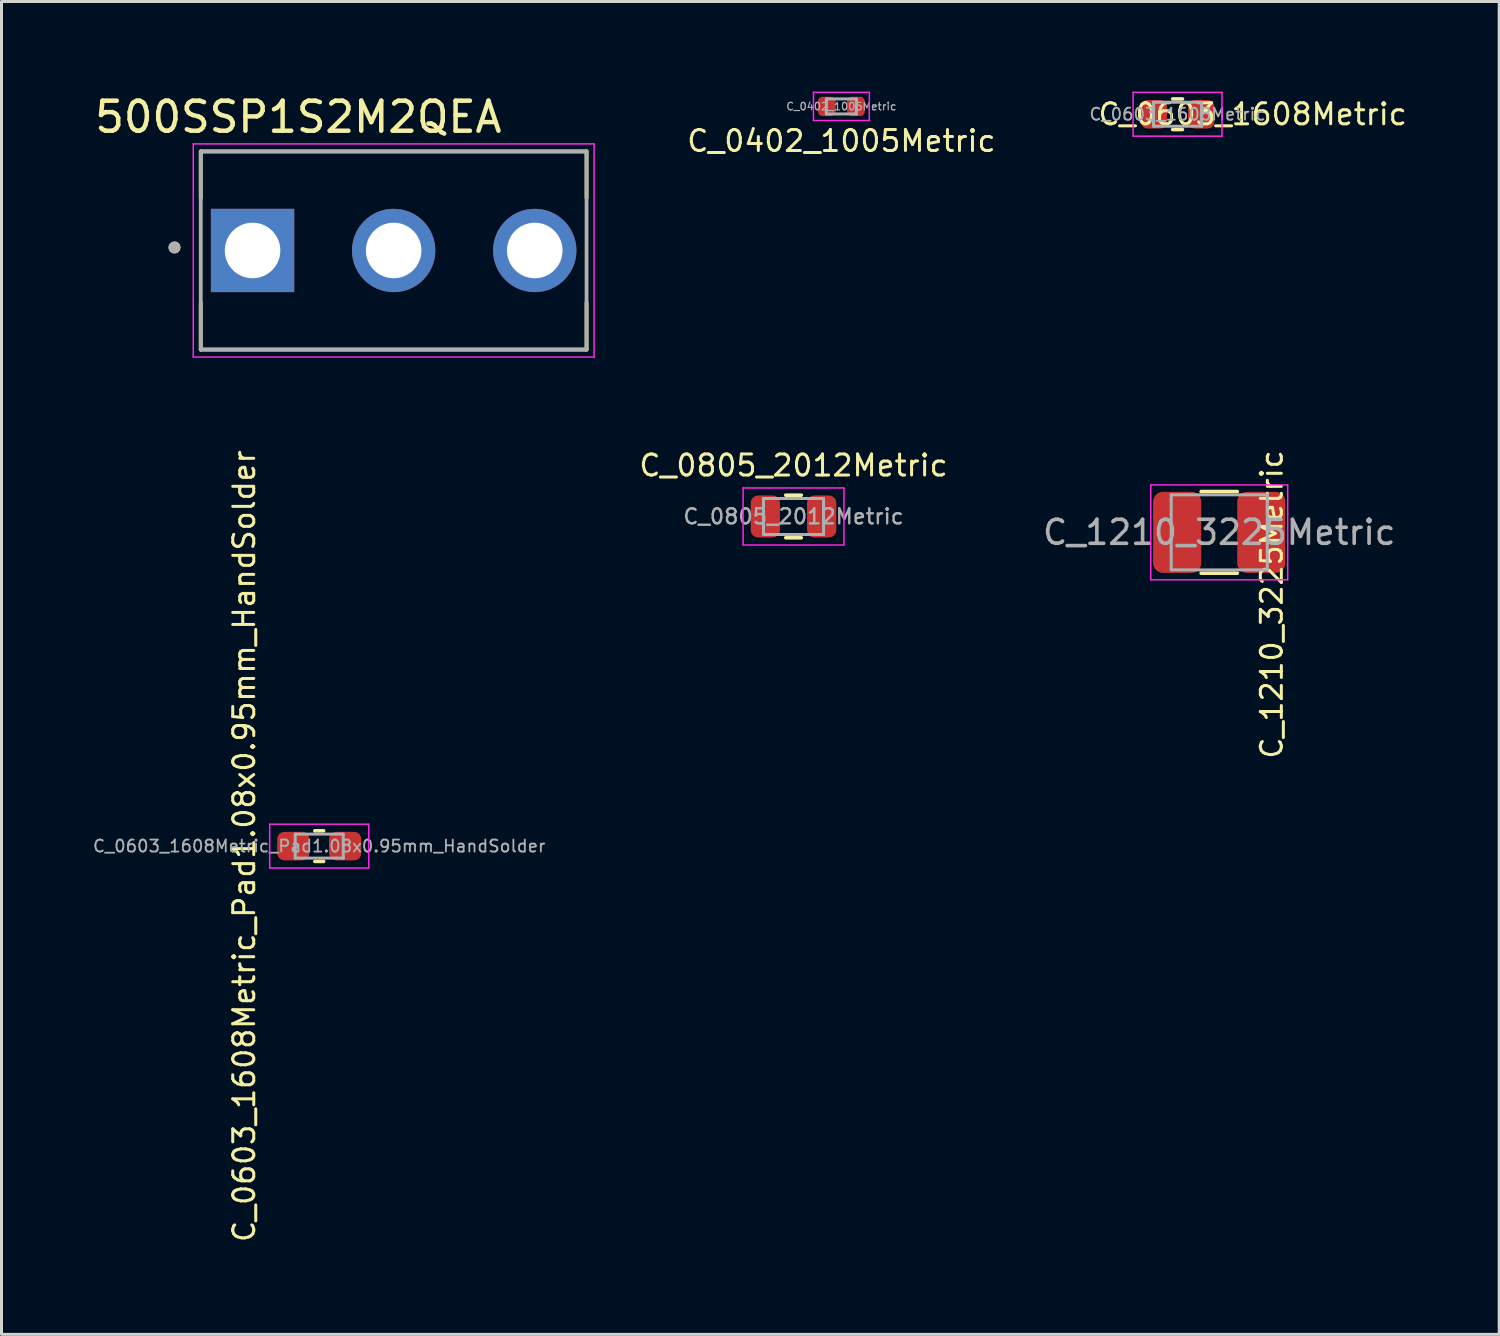
<source format=kicad_pcb>
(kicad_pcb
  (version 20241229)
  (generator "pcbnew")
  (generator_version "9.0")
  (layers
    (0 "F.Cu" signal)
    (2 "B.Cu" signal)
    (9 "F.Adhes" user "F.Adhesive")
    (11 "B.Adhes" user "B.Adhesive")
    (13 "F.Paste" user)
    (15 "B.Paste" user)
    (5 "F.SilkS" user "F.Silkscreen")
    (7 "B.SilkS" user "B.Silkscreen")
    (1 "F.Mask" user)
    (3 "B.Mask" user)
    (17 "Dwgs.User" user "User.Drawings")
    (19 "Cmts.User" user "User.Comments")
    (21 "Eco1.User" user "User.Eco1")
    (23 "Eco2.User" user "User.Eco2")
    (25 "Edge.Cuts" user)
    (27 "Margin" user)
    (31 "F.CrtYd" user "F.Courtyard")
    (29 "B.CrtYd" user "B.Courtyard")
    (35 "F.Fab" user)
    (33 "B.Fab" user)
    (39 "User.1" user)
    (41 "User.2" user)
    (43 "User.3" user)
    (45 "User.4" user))
  (footprint "C_0805_2012Metric"
    (layer "F.Cu")
    (at 23.38 14.153)
    (property "Reference" "C_0805_2012Metric" (at 0 -1.7 180) (layer "F.SilkS") (effects (font (size 0.7 0.7) (thickness 0.1))))
    (attr smd)
    (fp_line (start -0.259 -0.71) (end 0.259 -0.71) (stroke (width 0.12) (type solid)) (layer "F.SilkS"))
    (fp_line (start -0.259 0.71) (end 0.259 0.71) (stroke (width 0.12) (type solid)) (layer "F.SilkS"))
    (fp_line (start -1.68 -0.95) (end 1.68 -0.95) (stroke (width 0.05) (type solid)) (layer "F.CrtYd"))
    (fp_line (start -1.68 0.95) (end -1.68 -0.95) (stroke (width 0.05) (type solid)) (layer "F.CrtYd"))
    (fp_line (start 1.68 -0.95) (end 1.68 0.95) (stroke (width 0.05) (type solid)) (layer "F.CrtYd"))
    (fp_line (start 1.68 0.95) (end -1.68 0.95) (stroke (width 0.05) (type solid)) (layer "F.CrtYd"))
    (fp_line (start -1 -0.6) (end 1 -0.6) (stroke (width 0.1) (type solid)) (layer "F.Fab"))
    (fp_line (start -1 0.6) (end -1 -0.6) (stroke (width 0.1) (type solid)) (layer "F.Fab"))
    (fp_line (start 1 -0.6) (end 1 0.6) (stroke (width 0.1) (type solid)) (layer "F.Fab"))
    (fp_line (start 1 0.6) (end -1 0.6) (stroke (width 0.1) (type solid)) (layer "F.Fab"))
    (fp_text user "${REFERENCE}" (at 0 0 180) (layer "F.Fab") (effects (font (size 0.5 0.5) (thickness 0.08))))
    (pad "1" smd roundrect (at -0.938 0) (size 0.975 1.4) (layers "F.Cu" "F.Mask" "F.Paste") (roundrect_rratio 0.25))
    (pad "2" smd roundrect (at 0.938 0) (size 0.975 1.4) (layers "F.Cu" "F.Mask" "F.Paste") (roundrect_rratio 0.25)))
  (footprint "C_1210_3225Metric"
    (layer "F.Cu")
    (at 37.56 14.682)
    (property "Reference" "C_1210_3225Metric" (at 1.75 2.4 270) (layer "F.SilkS") (effects (font (size 0.7 0.7) (thickness 0.1))))
    (attr smd)
    (fp_line (start -0.602 -1.36) (end 0.602 -1.36) (stroke (width 0.12) (type solid)) (layer "F.SilkS"))
    (fp_line (start -0.602 1.36) (end 0.602 1.36) (stroke (width 0.12) (type solid)) (layer "F.SilkS"))
    (fp_line (start -2.28 -1.58) (end 2.28 -1.58) (stroke (width 0.05) (type solid)) (layer "F.CrtYd"))
    (fp_line (start -2.28 1.58) (end -2.28 -1.58) (stroke (width 0.05) (type solid)) (layer "F.CrtYd"))
    (fp_line (start 2.28 -1.58) (end 2.28 1.58) (stroke (width 0.05) (type solid)) (layer "F.CrtYd"))
    (fp_line (start 2.28 1.58) (end -2.28 1.58) (stroke (width 0.05) (type solid)) (layer "F.CrtYd"))
    (fp_line (start -1.6 -1.25) (end 1.6 -1.25) (stroke (width 0.1) (type solid)) (layer "F.Fab"))
    (fp_line (start -1.6 1.25) (end -1.6 -1.25) (stroke (width 0.1) (type solid)) (layer "F.Fab"))
    (fp_line (start 1.6 -1.25) (end 1.6 1.25) (stroke (width 0.1) (type solid)) (layer "F.Fab"))
    (fp_line (start 1.6 1.25) (end -1.6 1.25) (stroke (width 0.1) (type solid)) (layer "F.Fab"))
    (fp_text user "${REFERENCE}" (at 0 0 180) (layer "F.Fab") (effects (font (size 0.8 0.8) (thickness 0.12))))
    (pad "1" smd roundrect (at -1.4 0) (size 1.6 2.7) (layers "F.Cu" "F.Mask" "F.Paste") (roundrect_rratio 0.2))
    (pad "2" smd roundrect (at 1.4 0) (size 1.6 2.7) (layers "F.Cu" "F.Mask" "F.Paste") (roundrect_rratio 0.2)))
  (footprint "500SSP1S2M2QEA"
    (layer "F.Cu")
    (at 10.062 5.293)
    (property "Reference" "500SSP1S2M2QEA" (at -3.175 -4.445 0) (layer "F.SilkS") (effects (font (size 1 1) (thickness 0.15))))
    (attr through_hole)
    (fp_line (start -6.425 -3.3) (end 6.425 -3.3) (stroke (width 0.127) (type solid)) (layer "F.SilkS"))
    (fp_line (start -6.425 -1.75) (end -6.425 -3.3) (stroke (width 0.127) (type solid)) (layer "F.SilkS"))
    (fp_line (start -6.425 3.3) (end -6.425 1.75) (stroke (width 0.127) (type solid)) (layer "F.SilkS"))
    (fp_line (start 6.425 -3.3) (end 6.425 -1.75) (stroke (width 0.127) (type solid)) (layer "F.SilkS"))
    (fp_line (start 6.425 1.75) (end 6.425 3.3) (stroke (width 0.127) (type solid)) (layer "F.SilkS"))
    (fp_line (start 6.425 3.3) (end -6.425 3.3) (stroke (width 0.127) (type solid)) (layer "F.SilkS"))
    (fp_circle (center -7.3 -0.1) (end -7.2 -0.1) (stroke (width 0.2) (type solid)) (fill no) (layer "F.SilkS"))
    (fp_line (start -6.675 -3.55) (end 6.675 -3.55) (stroke (width 0.05) (type solid)) (layer "F.CrtYd"))
    (fp_line (start -6.675 3.55) (end -6.675 -3.55) (stroke (width 0.05) (type solid)) (layer "F.CrtYd"))
    (fp_line (start 6.675 -3.55) (end 6.675 3.55) (stroke (width 0.05) (type solid)) (layer "F.CrtYd"))
    (fp_line (start 6.675 3.55) (end -6.675 3.55) (stroke (width 0.05) (type solid)) (layer "F.CrtYd"))
    (fp_line (start -6.425 -3.3) (end 6.425 -3.3) (stroke (width 0.127) (type solid)) (layer "F.Fab"))
    (fp_line (start -6.425 3.3) (end -6.425 -3.3) (stroke (width 0.127) (type solid)) (layer "F.Fab"))
    (fp_line (start 6.425 -3.3) (end 6.425 3.3) (stroke (width 0.127) (type solid)) (layer "F.Fab"))
    (fp_line (start 6.425 3.3) (end -6.425 3.3) (stroke (width 0.127) (type solid)) (layer "F.Fab"))
    (fp_circle (center -7.3 -0.1) (end -7.2 -0.1) (stroke (width 0.2) (type solid)) (fill no) (layer "F.Fab"))
    (pad "1" thru_hole rect (at -4.7 0) (size 2.775 2.775) (drill 1.85) (layers "*.Cu" "*.Mask"))
    (pad "2" thru_hole circle (at 0 0) (size 2.775 2.775) (drill 1.85) (layers "*.Cu" "*.Mask"))
    (pad "3" thru_hole circle (at 4.7 0) (size 2.775 2.775) (drill 1.85) (layers "*.Cu" "*.Mask")))
  (footprint "C_0402_1005Metric"
    (layer "F.Cu")
    (at 24.975 0.495)
    (property "Reference" "C_0402_1005Metric" (at 0 1.15 180) (layer "F.SilkS") (effects (font (size 0.7 0.7) (thickness 0.1))))
    (attr smd)
    (fp_line (start -0.93 -0.47) (end 0.93 -0.47) (stroke (width 0.05) (type solid)) (layer "F.CrtYd"))
    (fp_line (start -0.93 0.47) (end -0.93 -0.47) (stroke (width 0.05) (type solid)) (layer "F.CrtYd"))
    (fp_line (start 0.93 -0.47) (end 0.93 0.47) (stroke (width 0.05) (type solid)) (layer "F.CrtYd"))
    (fp_line (start 0.93 0.47) (end -0.93 0.47) (stroke (width 0.05) (type solid)) (layer "F.CrtYd"))
    (fp_line (start -0.5 -0.25) (end 0.5 -0.25) (stroke (width 0.1) (type solid)) (layer "F.Fab"))
    (fp_line (start -0.5 0.25) (end -0.5 -0.25) (stroke (width 0.1) (type solid)) (layer "F.Fab"))
    (fp_line (start 0.5 -0.25) (end 0.5 0.25) (stroke (width 0.1) (type solid)) (layer "F.Fab"))
    (fp_line (start 0.5 0.25) (end -0.5 0.25) (stroke (width 0.1) (type solid)) (layer "F.Fab"))
    (fp_text user "${REFERENCE}" (at 0 0 180) (layer "F.Fab") (effects (font (size 0.25 0.25) (thickness 0.04))))
    (pad "1" smd roundrect (at -0.485 0) (size 0.59 0.64) (layers "F.Cu" "F.Mask" "F.Paste") (roundrect_rratio 0.25))
    (pad "2" smd roundrect (at 0.485 0) (size 0.59 0.64) (layers "F.Cu" "F.Mask" "F.Paste") (roundrect_rratio 0.25)))
  (footprint "C_0603_1608Metric"
    (layer "F.Cu")
    (at 36.172 0.755)
    (property "Reference" "C_0603_1608Metric" (at 2.5 0 0) (layer "F.SilkS") (effects (font (size 0.7 0.7) (thickness 0.1))))
    (attr smd)
    (fp_line (start -0.163 -0.51) (end 0.163 -0.51) (stroke (width 0.12) (type solid)) (layer "F.SilkS"))
    (fp_line (start -0.163 0.51) (end 0.163 0.51) (stroke (width 0.12) (type solid)) (layer "F.SilkS"))
    (fp_line (start -1.48 -0.73) (end 1.48 -0.73) (stroke (width 0.05) (type solid)) (layer "F.CrtYd"))
    (fp_line (start -1.48 0.73) (end -1.48 -0.73) (stroke (width 0.05) (type solid)) (layer "F.CrtYd"))
    (fp_line (start 1.48 -0.73) (end 1.48 0.73) (stroke (width 0.05) (type solid)) (layer "F.CrtYd"))
    (fp_line (start 1.48 0.73) (end -1.48 0.73) (stroke (width 0.05) (type solid)) (layer "F.CrtYd"))
    (fp_line (start -0.8 -0.4) (end 0.8 -0.4) (stroke (width 0.1) (type solid)) (layer "F.Fab"))
    (fp_line (start -0.8 0.4) (end -0.8 -0.4) (stroke (width 0.1) (type solid)) (layer "F.Fab"))
    (fp_line (start 0.8 -0.4) (end 0.8 0.4) (stroke (width 0.1) (type solid)) (layer "F.Fab"))
    (fp_line (start 0.8 0.4) (end -0.8 0.4) (stroke (width 0.1) (type solid)) (layer "F.Fab"))
    (fp_text user "${REFERENCE}" (at 0 0 0) (layer "F.Fab") (effects (font (size 0.4 0.4) (thickness 0.06))))
    (pad "1" smd roundrect (at -0.787 0) (size 0.875 0.95) (layers "F.Cu" "F.Mask" "F.Paste") (roundrect_rratio 0.25))
    (pad "2" smd roundrect (at 0.787 0) (size 0.875 0.95) (layers "F.Cu" "F.Mask" "F.Paste") (roundrect_rratio 0.25)))
  (footprint "C_0603_1608Metric_Pad1.08x0.95mm_HandSolder"
    (layer "F.Cu")
    (at 7.583 25.132)
    (property "Reference" "C_0603_1608Metric_Pad1.08x0.95mm_HandSolder" (at -2.5 0 90) (layer "F.SilkS") (effects (font (size 0.7 0.7) (thickness 0.1))))
    (attr smd)
    (fp_line (start -0.146 -0.51) (end 0.146 -0.51) (stroke (width 0.12) (type solid)) (layer "F.SilkS"))
    (fp_line (start -0.146 0.51) (end 0.146 0.51) (stroke (width 0.12) (type solid)) (layer "F.SilkS"))
    (fp_line (start -1.65 -0.73) (end 1.65 -0.73) (stroke (width 0.05) (type solid)) (layer "F.CrtYd"))
    (fp_line (start -1.65 0.73) (end -1.65 -0.73) (stroke (width 0.05) (type solid)) (layer "F.CrtYd"))
    (fp_line (start 1.65 -0.73) (end 1.65 0.73) (stroke (width 0.05) (type solid)) (layer "F.CrtYd"))
    (fp_line (start 1.65 0.73) (end -1.65 0.73) (stroke (width 0.05) (type solid)) (layer "F.CrtYd"))
    (fp_line (start -0.8 -0.4) (end 0.8 -0.4) (stroke (width 0.1) (type solid)) (layer "F.Fab"))
    (fp_line (start -0.8 0.4) (end -0.8 -0.4) (stroke (width 0.1) (type solid)) (layer "F.Fab"))
    (fp_line (start 0.8 -0.4) (end 0.8 0.4) (stroke (width 0.1) (type solid)) (layer "F.Fab"))
    (fp_line (start 0.8 0.4) (end -0.8 0.4) (stroke (width 0.1) (type solid)) (layer "F.Fab"))
    (fp_text user "${REFERENCE}" (at 0 0 0) (layer "F.Fab") (effects (font (size 0.4 0.4) (thickness 0.06))))
    (pad "1" smd roundrect (at -0.863 0) (size 1.075 0.95) (layers "F.Cu" "F.Mask" "F.Paste") (roundrect_rratio 0.25))
    (pad "2" smd roundrect (at 0.863 0) (size 1.075 0.95) (layers "F.Cu" "F.Mask" "F.Paste") (roundrect_rratio 0.25)))
  (gr_rect
    (start -3 -3)
    (end 46.885 41.395)
    (stroke (width 0.1) (type default))
    (fill no)
    (layer "Edge.Cuts")))
</source>
